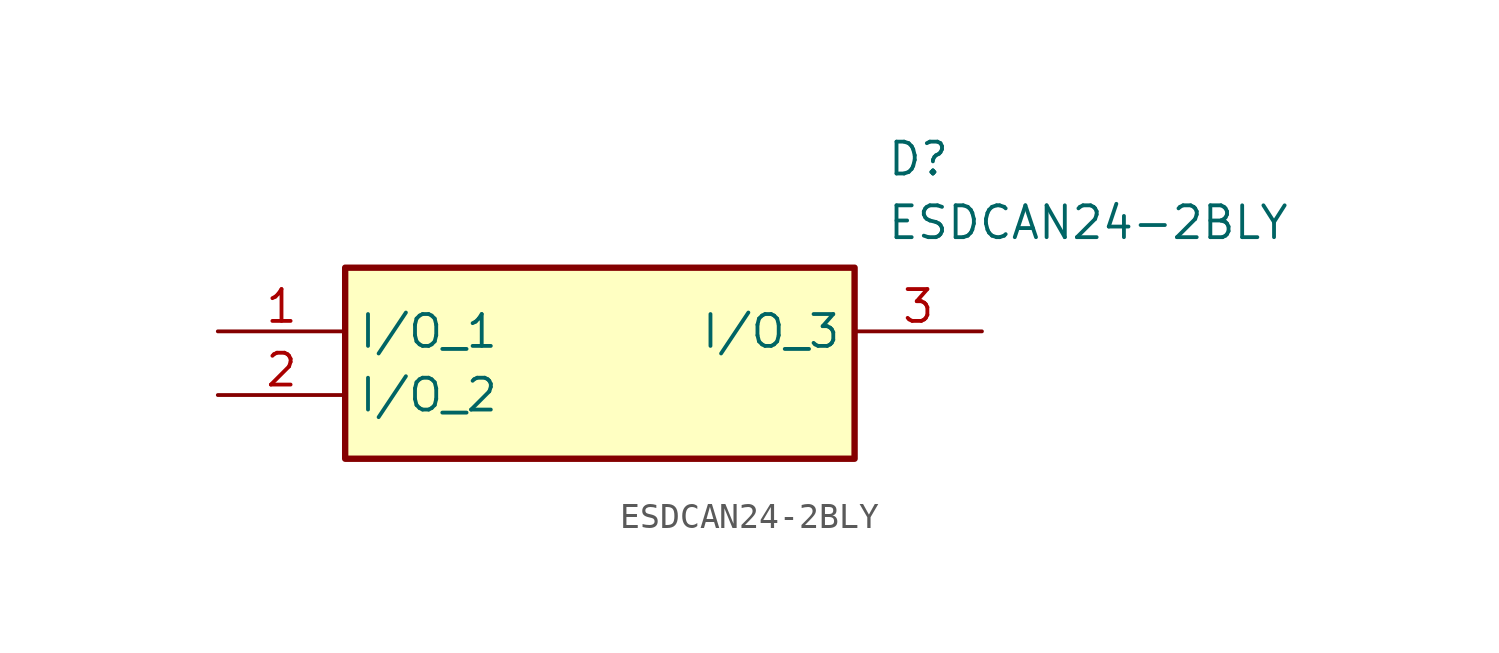
<source format=kicad_sym>
(kicad_symbol_lib
  (version 20231120)
  (generator "kicad_symbol_editor")
  (generator_version "8.0")
  (symbol "ESDCAN24-2BLY"
    (property "Reference" "D"
      (at 26.67 7.62 0)
      (effects (font (size 1.27 1.27)) (justify left top)))
    (property "Value" "ESDCAN24-2BLY"
      (at 26.67 5.08 0)
      (effects (font (size 1.27 1.27)) (justify left top)))
    (symbol "ESDCAN24-2BLY_1_1"
      (rectangle (start 5.08 2.54) (end 25.4 -5.08) (stroke (width 0.254) (type default)) (fill (type background)))
      (pin passive line (at 0 0 0) (length 5.08) (name "I/O_1" (effects (font (size 1.27 1.27)))) (number "1" (effects (font (size 1.27 1.27)))))
      (pin passive line (at 0 -2.54 0) (length 5.08) (name "I/O_2" (effects (font (size 1.27 1.27)))) (number "2" (effects (font (size 1.27 1.27)))))
      (pin passive line (at 30.48 0 180) (length 5.08) (name "I/O_3" (effects (font (size 1.27 1.27)))) (number "3" (effects (font (size 1.27 1.27))))))))
</source>
